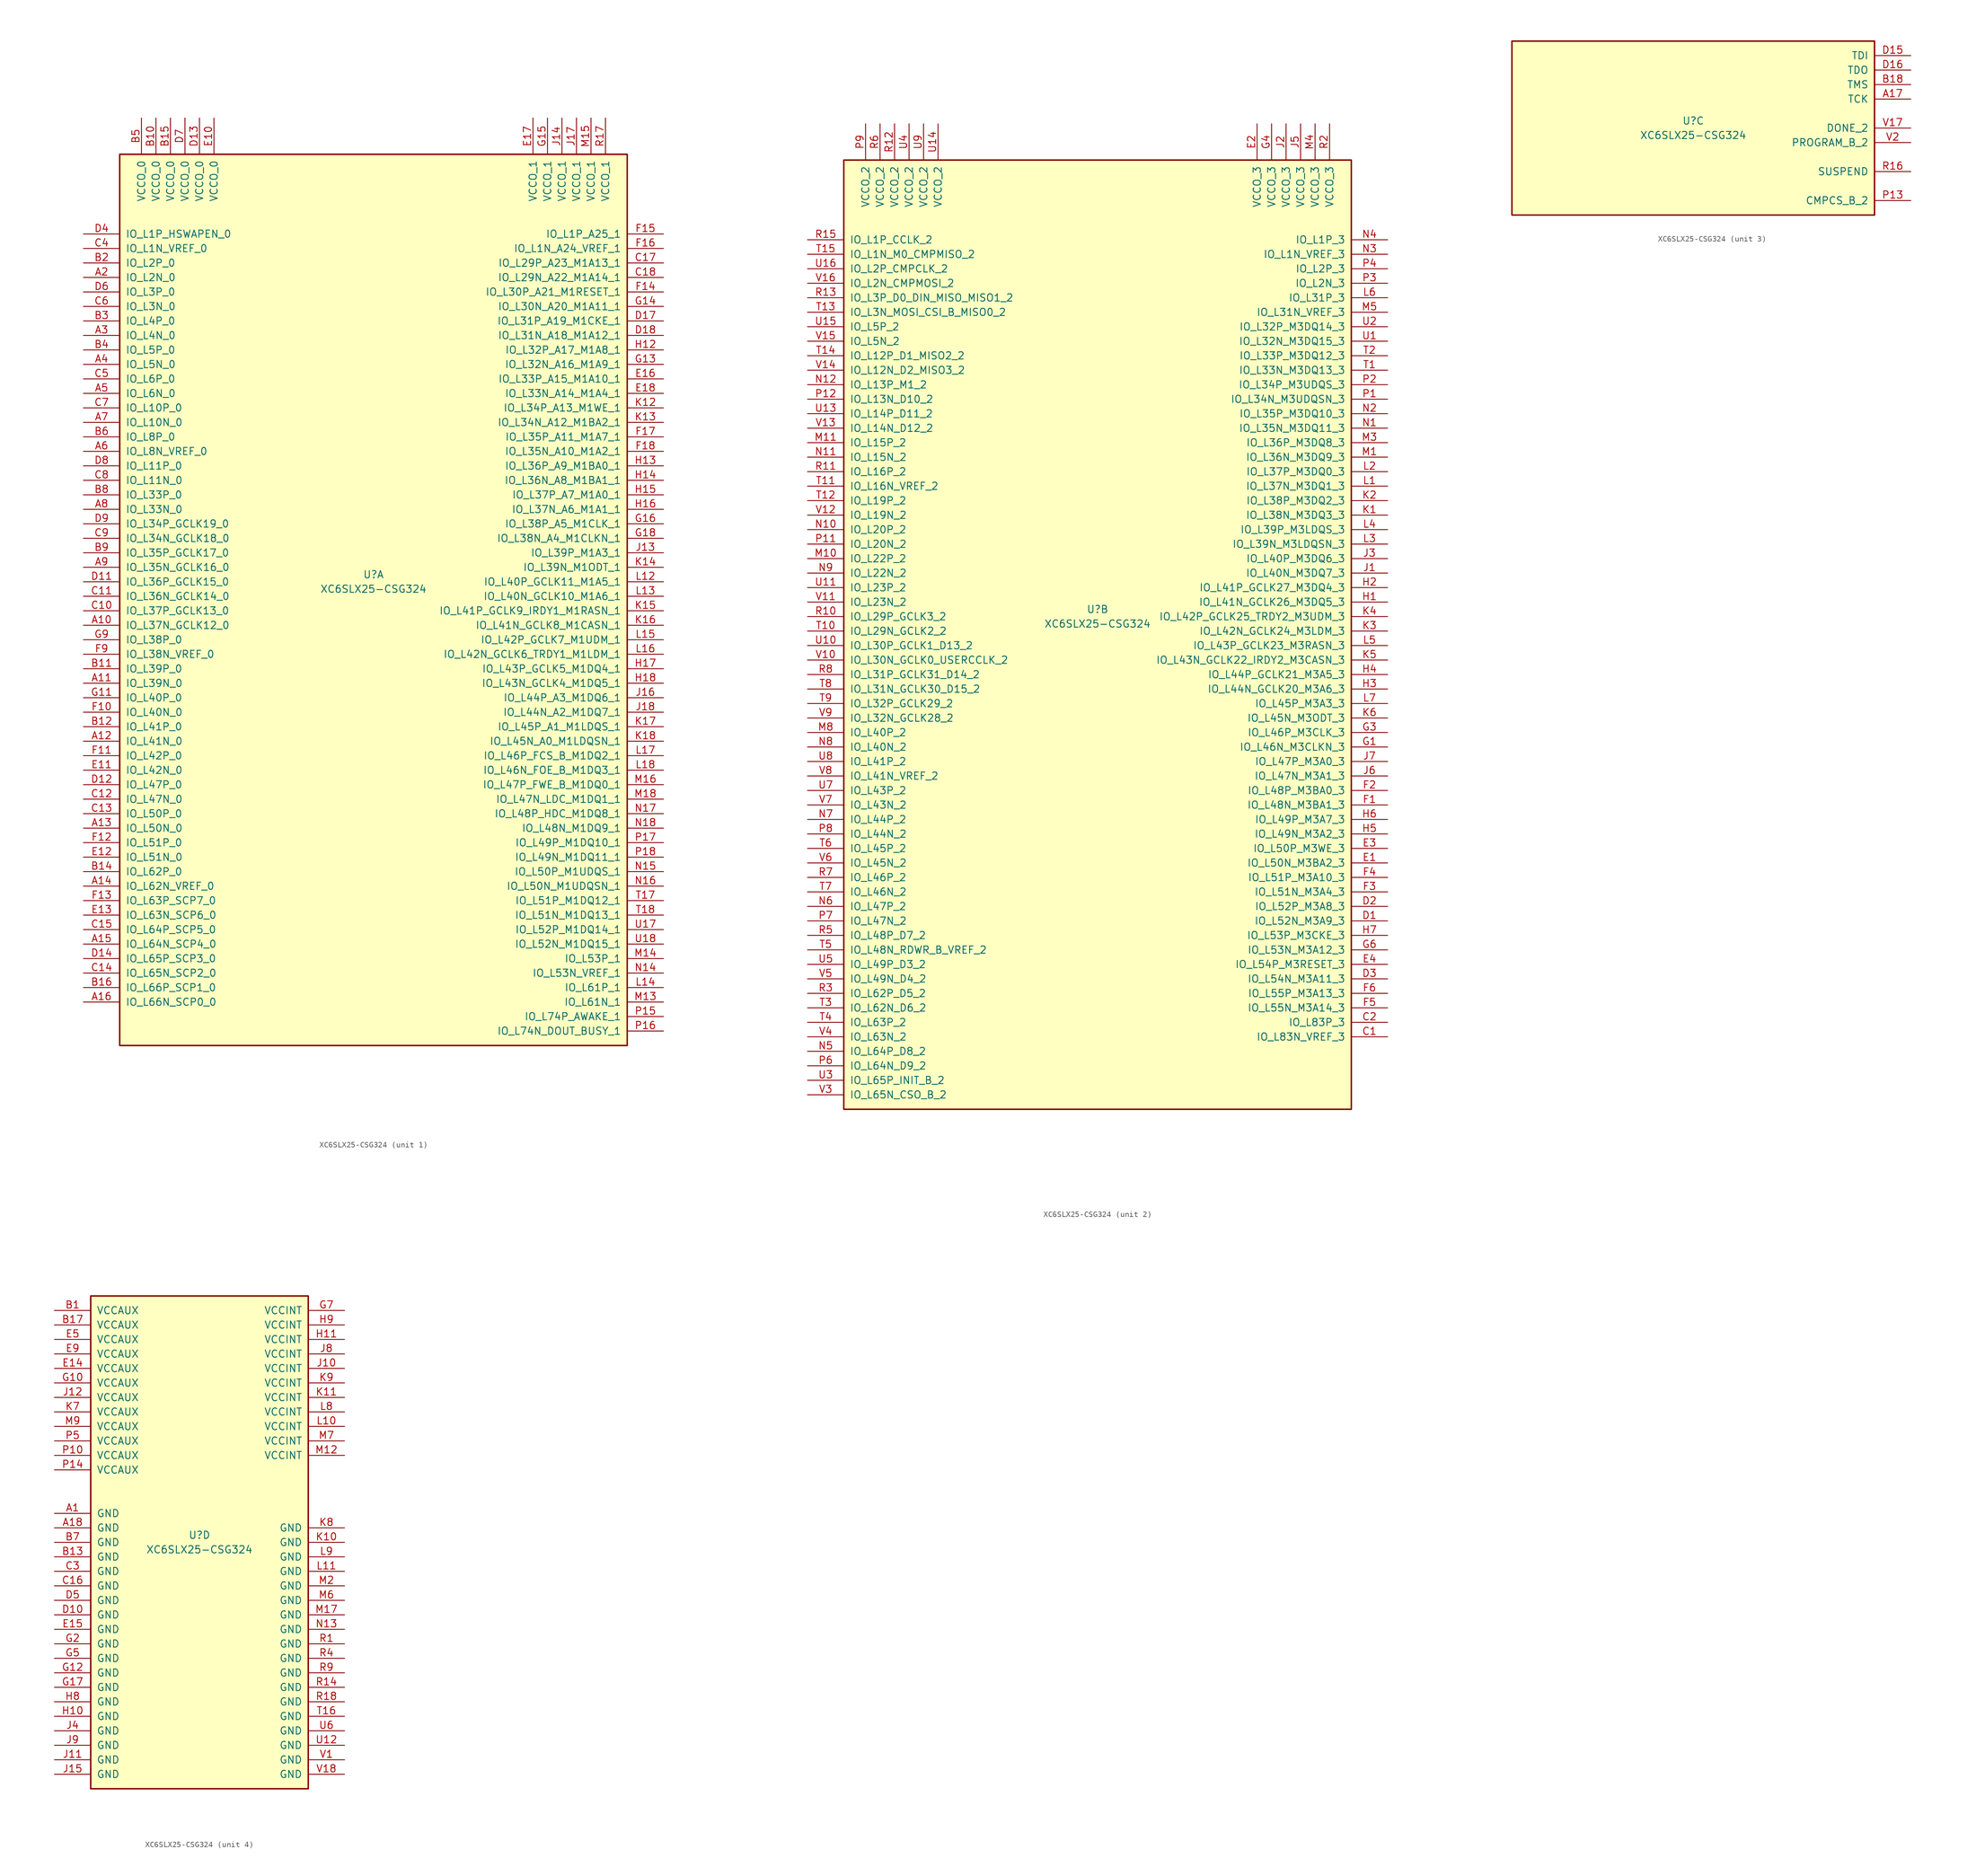
<source format=kicad_sym>
(kicad_symbol_lib
  (version 20201005)
  (generator kicad_symbol_editor)
  (symbol "XC6SLX25-CSG324"
    (pin_names
      (offset 1.016))
    (property "Reference" "U"
      (at 0 1.27 0)
      (effects (font (size 1.27 1.27))))
    (property "Value" "XC6SLX25-CSG324"
      (at 0 -1.27 0)
      (effects (font (size 1.27 1.27))))
    (property "Datasheet" ""
      (at 0 0 0)
      (effects (font (size 1.27 1.27))))
    (property "ki_locked" ""
      (at 0 0 0)
      (effects (font (size 1.27 1.27))))
    (symbol "XC6SLX25-CSG324_1_1"
      (rectangle (start -44.45 74.93) (end 44.45 -81.28) (stroke (width 0.254)) (fill (type background)))
      (pin bidirectional line (at -50.8 -7.62 0) (length 6.35) (name "IO_L37N_GCLK12_0" (effects (font (size 1.27 1.27)))) (number "A10" (effects (font (size 1.27 1.27)))))
      (pin bidirectional line (at -50.8 -17.78 0) (length 6.35) (name "IO_L39N_0" (effects (font (size 1.27 1.27)))) (number "A11" (effects (font (size 1.27 1.27)))))
      (pin bidirectional line (at -50.8 -27.94 0) (length 6.35) (name "IO_L41N_0" (effects (font (size 1.27 1.27)))) (number "A12" (effects (font (size 1.27 1.27)))))
      (pin bidirectional line (at -50.8 -43.18 0) (length 6.35) (name "IO_L50N_0" (effects (font (size 1.27 1.27)))) (number "A13" (effects (font (size 1.27 1.27)))))
      (pin bidirectional line (at -50.8 -53.34 0) (length 6.35) (name "IO_L62N_VREF_0" (effects (font (size 1.27 1.27)))) (number "A14" (effects (font (size 1.27 1.27)))))
      (pin bidirectional line (at -50.8 -63.5 0) (length 6.35) (name "IO_L64N_SCP4_0" (effects (font (size 1.27 1.27)))) (number "A15" (effects (font (size 1.27 1.27)))))
      (pin bidirectional line (at -50.8 -73.66 0) (length 6.35) (name "IO_L66N_SCP0_0" (effects (font (size 1.27 1.27)))) (number "A16" (effects (font (size 1.27 1.27)))))
      (pin bidirectional line (at -50.8 53.34 0) (length 6.35) (name "IO_L2N_0" (effects (font (size 1.27 1.27)))) (number "A2" (effects (font (size 1.27 1.27)))))
      (pin bidirectional line (at -50.8 43.18 0) (length 6.35) (name "IO_L4N_0" (effects (font (size 1.27 1.27)))) (number "A3" (effects (font (size 1.27 1.27)))))
      (pin bidirectional line (at -50.8 38.1 0) (length 6.35) (name "IO_L5N_0" (effects (font (size 1.27 1.27)))) (number "A4" (effects (font (size 1.27 1.27)))))
      (pin bidirectional line (at -50.8 33.02 0) (length 6.35) (name "IO_L6N_0" (effects (font (size 1.27 1.27)))) (number "A5" (effects (font (size 1.27 1.27)))))
      (pin bidirectional line (at -50.8 22.86 0) (length 6.35) (name "IO_L8N_VREF_0" (effects (font (size 1.27 1.27)))) (number "A6" (effects (font (size 1.27 1.27)))))
      (pin bidirectional line (at -50.8 27.94 0) (length 6.35) (name "IO_L10N_0" (effects (font (size 1.27 1.27)))) (number "A7" (effects (font (size 1.27 1.27)))))
      (pin bidirectional line (at -50.8 12.7 0) (length 6.35) (name "IO_L33N_0" (effects (font (size 1.27 1.27)))) (number "A8" (effects (font (size 1.27 1.27)))))
      (pin bidirectional line (at -50.8 2.54 0) (length 6.35) (name "IO_L35N_GCLK16_0" (effects (font (size 1.27 1.27)))) (number "A9" (effects (font (size 1.27 1.27)))))
      (pin power_in line (at -38.1 81.28 270) (length 6.35) (name "VCCO_0" (effects (font (size 1.27 1.27)))) (number "B10" (effects (font (size 1.27 1.27)))))
      (pin bidirectional line (at -50.8 -15.24 0) (length 6.35) (name "IO_L39P_0" (effects (font (size 1.27 1.27)))) (number "B11" (effects (font (size 1.27 1.27)))))
      (pin bidirectional line (at -50.8 -25.4 0) (length 6.35) (name "IO_L41P_0" (effects (font (size 1.27 1.27)))) (number "B12" (effects (font (size 1.27 1.27)))))
      (pin bidirectional line (at -50.8 -50.8 0) (length 6.35) (name "IO_L62P_0" (effects (font (size 1.27 1.27)))) (number "B14" (effects (font (size 1.27 1.27)))))
      (pin power_in line (at -35.56 81.28 270) (length 6.35) (name "VCCO_0" (effects (font (size 1.27 1.27)))) (number "B15" (effects (font (size 1.27 1.27)))))
      (pin bidirectional line (at -50.8 -71.12 0) (length 6.35) (name "IO_L66P_SCP1_0" (effects (font (size 1.27 1.27)))) (number "B16" (effects (font (size 1.27 1.27)))))
      (pin bidirectional line (at -50.8 55.88 0) (length 6.35) (name "IO_L2P_0" (effects (font (size 1.27 1.27)))) (number "B2" (effects (font (size 1.27 1.27)))))
      (pin bidirectional line (at -50.8 45.72 0) (length 6.35) (name "IO_L4P_0" (effects (font (size 1.27 1.27)))) (number "B3" (effects (font (size 1.27 1.27)))))
      (pin bidirectional line (at -50.8 40.64 0) (length 6.35) (name "IO_L5P_0" (effects (font (size 1.27 1.27)))) (number "B4" (effects (font (size 1.27 1.27)))))
      (pin power_in line (at -40.64 81.28 270) (length 6.35) (name "VCCO_0" (effects (font (size 1.27 1.27)))) (number "B5" (effects (font (size 1.27 1.27)))))
      (pin bidirectional line (at -50.8 25.4 0) (length 6.35) (name "IO_L8P_0" (effects (font (size 1.27 1.27)))) (number "B6" (effects (font (size 1.27 1.27)))))
      (pin bidirectional line (at -50.8 15.24 0) (length 6.35) (name "IO_L33P_0" (effects (font (size 1.27 1.27)))) (number "B8" (effects (font (size 1.27 1.27)))))
      (pin bidirectional line (at -50.8 5.08 0) (length 6.35) (name "IO_L35P_GCLK17_0" (effects (font (size 1.27 1.27)))) (number "B9" (effects (font (size 1.27 1.27)))))
      (pin bidirectional line (at -50.8 -5.08 0) (length 6.35) (name "IO_L37P_GCLK13_0" (effects (font (size 1.27 1.27)))) (number "C10" (effects (font (size 1.27 1.27)))))
      (pin bidirectional line (at -50.8 -2.54 0) (length 6.35) (name "IO_L36N_GCLK14_0" (effects (font (size 1.27 1.27)))) (number "C11" (effects (font (size 1.27 1.27)))))
      (pin bidirectional line (at -50.8 -38.1 0) (length 6.35) (name "IO_L47N_0" (effects (font (size 1.27 1.27)))) (number "C12" (effects (font (size 1.27 1.27)))))
      (pin bidirectional line (at -50.8 -40.64 0) (length 6.35) (name "IO_L50P_0" (effects (font (size 1.27 1.27)))) (number "C13" (effects (font (size 1.27 1.27)))))
      (pin bidirectional line (at -50.8 -68.58 0) (length 6.35) (name "IO_L65N_SCP2_0" (effects (font (size 1.27 1.27)))) (number "C14" (effects (font (size 1.27 1.27)))))
      (pin bidirectional line (at -50.8 -60.96 0) (length 6.35) (name "IO_L64P_SCP5_0" (effects (font (size 1.27 1.27)))) (number "C15" (effects (font (size 1.27 1.27)))))
      (pin bidirectional line (at 50.8 55.88 180) (length 6.35) (name "IO_L29P_A23_M1A13_1" (effects (font (size 1.27 1.27)))) (number "C17" (effects (font (size 1.27 1.27)))))
      (pin bidirectional line (at 50.8 53.34 180) (length 6.35) (name "IO_L29N_A22_M1A14_1" (effects (font (size 1.27 1.27)))) (number "C18" (effects (font (size 1.27 1.27)))))
      (pin bidirectional line (at -50.8 58.42 0) (length 6.35) (name "IO_L1N_VREF_0" (effects (font (size 1.27 1.27)))) (number "C4" (effects (font (size 1.27 1.27)))))
      (pin bidirectional line (at -50.8 35.56 0) (length 6.35) (name "IO_L6P_0" (effects (font (size 1.27 1.27)))) (number "C5" (effects (font (size 1.27 1.27)))))
      (pin bidirectional line (at -50.8 48.26 0) (length 6.35) (name "IO_L3N_0" (effects (font (size 1.27 1.27)))) (number "C6" (effects (font (size 1.27 1.27)))))
      (pin bidirectional line (at -50.8 30.48 0) (length 6.35) (name "IO_L10P_0" (effects (font (size 1.27 1.27)))) (number "C7" (effects (font (size 1.27 1.27)))))
      (pin bidirectional line (at -50.8 17.78 0) (length 6.35) (name "IO_L11N_0" (effects (font (size 1.27 1.27)))) (number "C8" (effects (font (size 1.27 1.27)))))
      (pin bidirectional line (at -50.8 7.62 0) (length 6.35) (name "IO_L34N_GCLK18_0" (effects (font (size 1.27 1.27)))) (number "C9" (effects (font (size 1.27 1.27)))))
      (pin bidirectional line (at -50.8 0 0) (length 6.35) (name "IO_L36P_GCLK15_0" (effects (font (size 1.27 1.27)))) (number "D11" (effects (font (size 1.27 1.27)))))
      (pin bidirectional line (at -50.8 -35.56 0) (length 6.35) (name "IO_L47P_0" (effects (font (size 1.27 1.27)))) (number "D12" (effects (font (size 1.27 1.27)))))
      (pin power_in line (at -30.48 81.28 270) (length 6.35) (name "VCCO_0" (effects (font (size 1.27 1.27)))) (number "D13" (effects (font (size 1.27 1.27)))))
      (pin bidirectional line (at -50.8 -66.04 0) (length 6.35) (name "IO_L65P_SCP3_0" (effects (font (size 1.27 1.27)))) (number "D14" (effects (font (size 1.27 1.27)))))
      (pin bidirectional line (at 50.8 45.72 180) (length 6.35) (name "IO_L31P_A19_M1CKE_1" (effects (font (size 1.27 1.27)))) (number "D17" (effects (font (size 1.27 1.27)))))
      (pin bidirectional line (at 50.8 43.18 180) (length 6.35) (name "IO_L31N_A18_M1A12_1" (effects (font (size 1.27 1.27)))) (number "D18" (effects (font (size 1.27 1.27)))))
      (pin bidirectional line (at -50.8 60.96 0) (length 6.35) (name "IO_L1P_HSWAPEN_0" (effects (font (size 1.27 1.27)))) (number "D4" (effects (font (size 1.27 1.27)))))
      (pin bidirectional line (at -50.8 50.8 0) (length 6.35) (name "IO_L3P_0" (effects (font (size 1.27 1.27)))) (number "D6" (effects (font (size 1.27 1.27)))))
      (pin power_in line (at -33.02 81.28 270) (length 6.35) (name "VCCO_0" (effects (font (size 1.27 1.27)))) (number "D7" (effects (font (size 1.27 1.27)))))
      (pin bidirectional line (at -50.8 20.32 0) (length 6.35) (name "IO_L11P_0" (effects (font (size 1.27 1.27)))) (number "D8" (effects (font (size 1.27 1.27)))))
      (pin bidirectional line (at -50.8 10.16 0) (length 6.35) (name "IO_L34P_GCLK19_0" (effects (font (size 1.27 1.27)))) (number "D9" (effects (font (size 1.27 1.27)))))
      (pin power_in line (at -27.94 81.28 270) (length 6.35) (name "VCCO_0" (effects (font (size 1.27 1.27)))) (number "E10" (effects (font (size 1.27 1.27)))))
      (pin bidirectional line (at -50.8 -33.02 0) (length 6.35) (name "IO_L42N_0" (effects (font (size 1.27 1.27)))) (number "E11" (effects (font (size 1.27 1.27)))))
      (pin bidirectional line (at -50.8 -48.26 0) (length 6.35) (name "IO_L51N_0" (effects (font (size 1.27 1.27)))) (number "E12" (effects (font (size 1.27 1.27)))))
      (pin bidirectional line (at -50.8 -58.42 0) (length 6.35) (name "IO_L63N_SCP6_0" (effects (font (size 1.27 1.27)))) (number "E13" (effects (font (size 1.27 1.27)))))
      (pin bidirectional line (at 50.8 35.56 180) (length 6.35) (name "IO_L33P_A15_M1A10_1" (effects (font (size 1.27 1.27)))) (number "E16" (effects (font (size 1.27 1.27)))))
      (pin power_in line (at 27.94 81.28 270) (length 6.35) (name "VCCO_1" (effects (font (size 1.27 1.27)))) (number "E17" (effects (font (size 1.27 1.27)))))
      (pin bidirectional line (at 50.8 33.02 180) (length 6.35) (name "IO_L33N_A14_M1A4_1" (effects (font (size 1.27 1.27)))) (number "E18" (effects (font (size 1.27 1.27)))))
      (pin bidirectional line (at -50.8 -22.86 0) (length 6.35) (name "IO_L40N_0" (effects (font (size 1.27 1.27)))) (number "F10" (effects (font (size 1.27 1.27)))))
      (pin bidirectional line (at -50.8 -30.48 0) (length 6.35) (name "IO_L42P_0" (effects (font (size 1.27 1.27)))) (number "F11" (effects (font (size 1.27 1.27)))))
      (pin bidirectional line (at -50.8 -45.72 0) (length 6.35) (name "IO_L51P_0" (effects (font (size 1.27 1.27)))) (number "F12" (effects (font (size 1.27 1.27)))))
      (pin bidirectional line (at -50.8 -55.88 0) (length 6.35) (name "IO_L63P_SCP7_0" (effects (font (size 1.27 1.27)))) (number "F13" (effects (font (size 1.27 1.27)))))
      (pin bidirectional line (at 50.8 50.8 180) (length 6.35) (name "IO_L30P_A21_M1RESET_1" (effects (font (size 1.27 1.27)))) (number "F14" (effects (font (size 1.27 1.27)))))
      (pin bidirectional line (at 50.8 60.96 180) (length 6.35) (name "IO_L1P_A25_1" (effects (font (size 1.27 1.27)))) (number "F15" (effects (font (size 1.27 1.27)))))
      (pin bidirectional line (at 50.8 58.42 180) (length 6.35) (name "IO_L1N_A24_VREF_1" (effects (font (size 1.27 1.27)))) (number "F16" (effects (font (size 1.27 1.27)))))
      (pin bidirectional line (at 50.8 25.4 180) (length 6.35) (name "IO_L35P_A11_M1A7_1" (effects (font (size 1.27 1.27)))) (number "F17" (effects (font (size 1.27 1.27)))))
      (pin bidirectional line (at 50.8 22.86 180) (length 6.35) (name "IO_L35N_A10_M1A2_1" (effects (font (size 1.27 1.27)))) (number "F18" (effects (font (size 1.27 1.27)))))
      (pin bidirectional line (at -50.8 -12.7 0) (length 6.35) (name "IO_L38N_VREF_0" (effects (font (size 1.27 1.27)))) (number "F9" (effects (font (size 1.27 1.27)))))
      (pin bidirectional line (at -50.8 -20.32 0) (length 6.35) (name "IO_L40P_0" (effects (font (size 1.27 1.27)))) (number "G11" (effects (font (size 1.27 1.27)))))
      (pin bidirectional line (at 50.8 38.1 180) (length 6.35) (name "IO_L32N_A16_M1A9_1" (effects (font (size 1.27 1.27)))) (number "G13" (effects (font (size 1.27 1.27)))))
      (pin bidirectional line (at 50.8 48.26 180) (length 6.35) (name "IO_L30N_A20_M1A11_1" (effects (font (size 1.27 1.27)))) (number "G14" (effects (font (size 1.27 1.27)))))
      (pin power_in line (at 30.48 81.28 270) (length 6.35) (name "VCCO_1" (effects (font (size 1.27 1.27)))) (number "G15" (effects (font (size 1.27 1.27)))))
      (pin bidirectional line (at 50.8 10.16 180) (length 6.35) (name "IO_L38P_A5_M1CLK_1" (effects (font (size 1.27 1.27)))) (number "G16" (effects (font (size 1.27 1.27)))))
      (pin bidirectional line (at 50.8 7.62 180) (length 6.35) (name "IO_L38N_A4_M1CLKN_1" (effects (font (size 1.27 1.27)))) (number "G18" (effects (font (size 1.27 1.27)))))
      (pin bidirectional line (at -50.8 -10.16 0) (length 6.35) (name "IO_L38P_0" (effects (font (size 1.27 1.27)))) (number "G9" (effects (font (size 1.27 1.27)))))
      (pin bidirectional line (at 50.8 40.64 180) (length 6.35) (name "IO_L32P_A17_M1A8_1" (effects (font (size 1.27 1.27)))) (number "H12" (effects (font (size 1.27 1.27)))))
      (pin bidirectional line (at 50.8 20.32 180) (length 6.35) (name "IO_L36P_A9_M1BA0_1" (effects (font (size 1.27 1.27)))) (number "H13" (effects (font (size 1.27 1.27)))))
      (pin bidirectional line (at 50.8 17.78 180) (length 6.35) (name "IO_L36N_A8_M1BA1_1" (effects (font (size 1.27 1.27)))) (number "H14" (effects (font (size 1.27 1.27)))))
      (pin bidirectional line (at 50.8 15.24 180) (length 6.35) (name "IO_L37P_A7_M1A0_1" (effects (font (size 1.27 1.27)))) (number "H15" (effects (font (size 1.27 1.27)))))
      (pin bidirectional line (at 50.8 12.7 180) (length 6.35) (name "IO_L37N_A6_M1A1_1" (effects (font (size 1.27 1.27)))) (number "H16" (effects (font (size 1.27 1.27)))))
      (pin bidirectional line (at 50.8 -15.24 180) (length 6.35) (name "IO_L43P_GCLK5_M1DQ4_1" (effects (font (size 1.27 1.27)))) (number "H17" (effects (font (size 1.27 1.27)))))
      (pin bidirectional line (at 50.8 -17.78 180) (length 6.35) (name "IO_L43N_GCLK4_M1DQ5_1" (effects (font (size 1.27 1.27)))) (number "H18" (effects (font (size 1.27 1.27)))))
      (pin bidirectional line (at 50.8 5.08 180) (length 6.35) (name "IO_L39P_M1A3_1" (effects (font (size 1.27 1.27)))) (number "J13" (effects (font (size 1.27 1.27)))))
      (pin power_in line (at 33.02 81.28 270) (length 6.35) (name "VCCO_1" (effects (font (size 1.27 1.27)))) (number "J14" (effects (font (size 1.27 1.27)))))
      (pin bidirectional line (at 50.8 -20.32 180) (length 6.35) (name "IO_L44P_A3_M1DQ6_1" (effects (font (size 1.27 1.27)))) (number "J16" (effects (font (size 1.27 1.27)))))
      (pin power_in line (at 35.56 81.28 270) (length 6.35) (name "VCCO_1" (effects (font (size 1.27 1.27)))) (number "J17" (effects (font (size 1.27 1.27)))))
      (pin bidirectional line (at 50.8 -22.86 180) (length 6.35) (name "IO_L44N_A2_M1DQ7_1" (effects (font (size 1.27 1.27)))) (number "J18" (effects (font (size 1.27 1.27)))))
      (pin bidirectional line (at 50.8 30.48 180) (length 6.35) (name "IO_L34P_A13_M1WE_1" (effects (font (size 1.27 1.27)))) (number "K12" (effects (font (size 1.27 1.27)))))
      (pin bidirectional line (at 50.8 27.94 180) (length 6.35) (name "IO_L34N_A12_M1BA2_1" (effects (font (size 1.27 1.27)))) (number "K13" (effects (font (size 1.27 1.27)))))
      (pin bidirectional line (at 50.8 2.54 180) (length 6.35) (name "IO_L39N_M1ODT_1" (effects (font (size 1.27 1.27)))) (number "K14" (effects (font (size 1.27 1.27)))))
      (pin bidirectional line (at 50.8 -5.08 180) (length 6.35) (name "IO_L41P_GCLK9_IRDY1_M1RASN_1" (effects (font (size 1.27 1.27)))) (number "K15" (effects (font (size 1.27 1.27)))))
      (pin bidirectional line (at 50.8 -7.62 180) (length 6.35) (name "IO_L41N_GCLK8_M1CASN_1" (effects (font (size 1.27 1.27)))) (number "K16" (effects (font (size 1.27 1.27)))))
      (pin bidirectional line (at 50.8 -25.4 180) (length 6.35) (name "IO_L45P_A1_M1LDQS_1" (effects (font (size 1.27 1.27)))) (number "K17" (effects (font (size 1.27 1.27)))))
      (pin bidirectional line (at 50.8 -27.94 180) (length 6.35) (name "IO_L45N_A0_M1LDQSN_1" (effects (font (size 1.27 1.27)))) (number "K18" (effects (font (size 1.27 1.27)))))
      (pin bidirectional line (at 50.8 0 180) (length 6.35) (name "IO_L40P_GCLK11_M1A5_1" (effects (font (size 1.27 1.27)))) (number "L12" (effects (font (size 1.27 1.27)))))
      (pin bidirectional line (at 50.8 -2.54 180) (length 6.35) (name "IO_L40N_GCLK10_M1A6_1" (effects (font (size 1.27 1.27)))) (number "L13" (effects (font (size 1.27 1.27)))))
      (pin bidirectional line (at 50.8 -71.12 180) (length 6.35) (name "IO_L61P_1" (effects (font (size 1.27 1.27)))) (number "L14" (effects (font (size 1.27 1.27)))))
      (pin bidirectional line (at 50.8 -10.16 180) (length 6.35) (name "IO_L42P_GCLK7_M1UDM_1" (effects (font (size 1.27 1.27)))) (number "L15" (effects (font (size 1.27 1.27)))))
      (pin bidirectional line (at 50.8 -12.7 180) (length 6.35) (name "IO_L42N_GCLK6_TRDY1_M1LDM_1" (effects (font (size 1.27 1.27)))) (number "L16" (effects (font (size 1.27 1.27)))))
      (pin bidirectional line (at 50.8 -30.48 180) (length 6.35) (name "IO_L46P_FCS_B_M1DQ2_1" (effects (font (size 1.27 1.27)))) (number "L17" (effects (font (size 1.27 1.27)))))
      (pin bidirectional line (at 50.8 -33.02 180) (length 6.35) (name "IO_L46N_FOE_B_M1DQ3_1" (effects (font (size 1.27 1.27)))) (number "L18" (effects (font (size 1.27 1.27)))))
      (pin bidirectional line (at 50.8 -73.66 180) (length 6.35) (name "IO_L61N_1" (effects (font (size 1.27 1.27)))) (number "M13" (effects (font (size 1.27 1.27)))))
      (pin bidirectional line (at 50.8 -66.04 180) (length 6.35) (name "IO_L53P_1" (effects (font (size 1.27 1.27)))) (number "M14" (effects (font (size 1.27 1.27)))))
      (pin power_in line (at 38.1 81.28 270) (length 6.35) (name "VCCO_1" (effects (font (size 1.27 1.27)))) (number "M15" (effects (font (size 1.27 1.27)))))
      (pin bidirectional line (at 50.8 -35.56 180) (length 6.35) (name "IO_L47P_FWE_B_M1DQ0_1" (effects (font (size 1.27 1.27)))) (number "M16" (effects (font (size 1.27 1.27)))))
      (pin bidirectional line (at 50.8 -38.1 180) (length 6.35) (name "IO_L47N_LDC_M1DQ1_1" (effects (font (size 1.27 1.27)))) (number "M18" (effects (font (size 1.27 1.27)))))
      (pin bidirectional line (at 50.8 -68.58 180) (length 6.35) (name "IO_L53N_VREF_1" (effects (font (size 1.27 1.27)))) (number "N14" (effects (font (size 1.27 1.27)))))
      (pin bidirectional line (at 50.8 -50.8 180) (length 6.35) (name "IO_L50P_M1UDQS_1" (effects (font (size 1.27 1.27)))) (number "N15" (effects (font (size 1.27 1.27)))))
      (pin bidirectional line (at 50.8 -53.34 180) (length 6.35) (name "IO_L50N_M1UDQSN_1" (effects (font (size 1.27 1.27)))) (number "N16" (effects (font (size 1.27 1.27)))))
      (pin bidirectional line (at 50.8 -40.64 180) (length 6.35) (name "IO_L48P_HDC_M1DQ8_1" (effects (font (size 1.27 1.27)))) (number "N17" (effects (font (size 1.27 1.27)))))
      (pin bidirectional line (at 50.8 -43.18 180) (length 6.35) (name "IO_L48N_M1DQ9_1" (effects (font (size 1.27 1.27)))) (number "N18" (effects (font (size 1.27 1.27)))))
      (pin bidirectional line (at 50.8 -76.2 180) (length 6.35) (name "IO_L74P_AWAKE_1" (effects (font (size 1.27 1.27)))) (number "P15" (effects (font (size 1.27 1.27)))))
      (pin bidirectional line (at 50.8 -78.74 180) (length 6.35) (name "IO_L74N_DOUT_BUSY_1" (effects (font (size 1.27 1.27)))) (number "P16" (effects (font (size 1.27 1.27)))))
      (pin bidirectional line (at 50.8 -45.72 180) (length 6.35) (name "IO_L49P_M1DQ10_1" (effects (font (size 1.27 1.27)))) (number "P17" (effects (font (size 1.27 1.27)))))
      (pin bidirectional line (at 50.8 -48.26 180) (length 6.35) (name "IO_L49N_M1DQ11_1" (effects (font (size 1.27 1.27)))) (number "P18" (effects (font (size 1.27 1.27)))))
      (pin power_in line (at 40.64 81.28 270) (length 6.35) (name "VCCO_1" (effects (font (size 1.27 1.27)))) (number "R17" (effects (font (size 1.27 1.27)))))
      (pin bidirectional line (at 50.8 -55.88 180) (length 6.35) (name "IO_L51P_M1DQ12_1" (effects (font (size 1.27 1.27)))) (number "T17" (effects (font (size 1.27 1.27)))))
      (pin bidirectional line (at 50.8 -58.42 180) (length 6.35) (name "IO_L51N_M1DQ13_1" (effects (font (size 1.27 1.27)))) (number "T18" (effects (font (size 1.27 1.27)))))
      (pin bidirectional line (at 50.8 -60.96 180) (length 6.35) (name "IO_L52P_M1DQ14_1" (effects (font (size 1.27 1.27)))) (number "U17" (effects (font (size 1.27 1.27)))))
      (pin bidirectional line (at 50.8 -63.5 180) (length 6.35) (name "IO_L52N_M1DQ15_1" (effects (font (size 1.27 1.27)))) (number "U18" (effects (font (size 1.27 1.27))))))
    (symbol "XC6SLX25-CSG324_2_1"
      (rectangle (start -44.45 80.01) (end 44.45 -86.36) (stroke (width 0.254)) (fill (type background)))
      (pin bidirectional line (at 50.8 -73.66 180) (length 6.35) (name "IO_L83N_VREF_3" (effects (font (size 1.27 1.27)))) (number "C1" (effects (font (size 1.27 1.27)))))
      (pin bidirectional line (at 50.8 -71.12 180) (length 6.35) (name "IO_L83P_3" (effects (font (size 1.27 1.27)))) (number "C2" (effects (font (size 1.27 1.27)))))
      (pin bidirectional line (at 50.8 -53.34 180) (length 6.35) (name "IO_L52N_M3A9_3" (effects (font (size 1.27 1.27)))) (number "D1" (effects (font (size 1.27 1.27)))))
      (pin bidirectional line (at 50.8 -50.8 180) (length 6.35) (name "IO_L52P_M3A8_3" (effects (font (size 1.27 1.27)))) (number "D2" (effects (font (size 1.27 1.27)))))
      (pin bidirectional line (at 50.8 -63.5 180) (length 6.35) (name "IO_L54N_M3A11_3" (effects (font (size 1.27 1.27)))) (number "D3" (effects (font (size 1.27 1.27)))))
      (pin bidirectional line (at 50.8 -43.18 180) (length 6.35) (name "IO_L50N_M3BA2_3" (effects (font (size 1.27 1.27)))) (number "E1" (effects (font (size 1.27 1.27)))))
      (pin power_in line (at 27.94 86.36 270) (length 6.35) (name "VCCO_3" (effects (font (size 1.27 1.27)))) (number "E2" (effects (font (size 1.27 1.27)))))
      (pin bidirectional line (at 50.8 -40.64 180) (length 6.35) (name "IO_L50P_M3WE_3" (effects (font (size 1.27 1.27)))) (number "E3" (effects (font (size 1.27 1.27)))))
      (pin bidirectional line (at 50.8 -60.96 180) (length 6.35) (name "IO_L54P_M3RESET_3" (effects (font (size 1.27 1.27)))) (number "E4" (effects (font (size 1.27 1.27)))))
      (pin bidirectional line (at 50.8 -33.02 180) (length 6.35) (name "IO_L48N_M3BA1_3" (effects (font (size 1.27 1.27)))) (number "F1" (effects (font (size 1.27 1.27)))))
      (pin bidirectional line (at 50.8 -30.48 180) (length 6.35) (name "IO_L48P_M3BA0_3" (effects (font (size 1.27 1.27)))) (number "F2" (effects (font (size 1.27 1.27)))))
      (pin bidirectional line (at 50.8 -48.26 180) (length 6.35) (name "IO_L51N_M3A4_3" (effects (font (size 1.27 1.27)))) (number "F3" (effects (font (size 1.27 1.27)))))
      (pin bidirectional line (at 50.8 -45.72 180) (length 6.35) (name "IO_L51P_M3A10_3" (effects (font (size 1.27 1.27)))) (number "F4" (effects (font (size 1.27 1.27)))))
      (pin bidirectional line (at 50.8 -68.58 180) (length 6.35) (name "IO_L55N_M3A14_3" (effects (font (size 1.27 1.27)))) (number "F5" (effects (font (size 1.27 1.27)))))
      (pin bidirectional line (at 50.8 -66.04 180) (length 6.35) (name "IO_L55P_M3A13_3" (effects (font (size 1.27 1.27)))) (number "F6" (effects (font (size 1.27 1.27)))))
      (pin bidirectional line (at 50.8 -22.86 180) (length 6.35) (name "IO_L46N_M3CLKN_3" (effects (font (size 1.27 1.27)))) (number "G1" (effects (font (size 1.27 1.27)))))
      (pin bidirectional line (at 50.8 -20.32 180) (length 6.35) (name "IO_L46P_M3CLK_3" (effects (font (size 1.27 1.27)))) (number "G3" (effects (font (size 1.27 1.27)))))
      (pin power_in line (at 30.48 86.36 270) (length 6.35) (name "VCCO_3" (effects (font (size 1.27 1.27)))) (number "G4" (effects (font (size 1.27 1.27)))))
      (pin bidirectional line (at 50.8 -58.42 180) (length 6.35) (name "IO_L53N_M3A12_3" (effects (font (size 1.27 1.27)))) (number "G6" (effects (font (size 1.27 1.27)))))
      (pin bidirectional line (at 50.8 2.54 180) (length 6.35) (name "IO_L41N_GCLK26_M3DQ5_3" (effects (font (size 1.27 1.27)))) (number "H1" (effects (font (size 1.27 1.27)))))
      (pin bidirectional line (at 50.8 5.08 180) (length 6.35) (name "IO_L41P_GCLK27_M3DQ4_3" (effects (font (size 1.27 1.27)))) (number "H2" (effects (font (size 1.27 1.27)))))
      (pin bidirectional line (at 50.8 -12.7 180) (length 6.35) (name "IO_L44N_GCLK20_M3A6_3" (effects (font (size 1.27 1.27)))) (number "H3" (effects (font (size 1.27 1.27)))))
      (pin bidirectional line (at 50.8 -10.16 180) (length 6.35) (name "IO_L44P_GCLK21_M3A5_3" (effects (font (size 1.27 1.27)))) (number "H4" (effects (font (size 1.27 1.27)))))
      (pin bidirectional line (at 50.8 -38.1 180) (length 6.35) (name "IO_L49N_M3A2_3" (effects (font (size 1.27 1.27)))) (number "H5" (effects (font (size 1.27 1.27)))))
      (pin bidirectional line (at 50.8 -35.56 180) (length 6.35) (name "IO_L49P_M3A7_3" (effects (font (size 1.27 1.27)))) (number "H6" (effects (font (size 1.27 1.27)))))
      (pin bidirectional line (at 50.8 -55.88 180) (length 6.35) (name "IO_L53P_M3CKE_3" (effects (font (size 1.27 1.27)))) (number "H7" (effects (font (size 1.27 1.27)))))
      (pin bidirectional line (at 50.8 7.62 180) (length 6.35) (name "IO_L40N_M3DQ7_3" (effects (font (size 1.27 1.27)))) (number "J1" (effects (font (size 1.27 1.27)))))
      (pin power_in line (at 33.02 86.36 270) (length 6.35) (name "VCCO_3" (effects (font (size 1.27 1.27)))) (number "J2" (effects (font (size 1.27 1.27)))))
      (pin bidirectional line (at 50.8 10.16 180) (length 6.35) (name "IO_L40P_M3DQ6_3" (effects (font (size 1.27 1.27)))) (number "J3" (effects (font (size 1.27 1.27)))))
      (pin power_in line (at 35.56 86.36 270) (length 6.35) (name "VCCO_3" (effects (font (size 1.27 1.27)))) (number "J5" (effects (font (size 1.27 1.27)))))
      (pin bidirectional line (at 50.8 -27.94 180) (length 6.35) (name "IO_L47N_M3A1_3" (effects (font (size 1.27 1.27)))) (number "J6" (effects (font (size 1.27 1.27)))))
      (pin bidirectional line (at 50.8 -25.4 180) (length 6.35) (name "IO_L47P_M3A0_3" (effects (font (size 1.27 1.27)))) (number "J7" (effects (font (size 1.27 1.27)))))
      (pin bidirectional line (at 50.8 17.78 180) (length 6.35) (name "IO_L38N_M3DQ3_3" (effects (font (size 1.27 1.27)))) (number "K1" (effects (font (size 1.27 1.27)))))
      (pin bidirectional line (at 50.8 20.32 180) (length 6.35) (name "IO_L38P_M3DQ2_3" (effects (font (size 1.27 1.27)))) (number "K2" (effects (font (size 1.27 1.27)))))
      (pin bidirectional line (at 50.8 -2.54 180) (length 6.35) (name "IO_L42N_GCLK24_M3LDM_3" (effects (font (size 1.27 1.27)))) (number "K3" (effects (font (size 1.27 1.27)))))
      (pin bidirectional line (at 50.8 0 180) (length 6.35) (name "IO_L42P_GCLK25_TRDY2_M3UDM_3" (effects (font (size 1.27 1.27)))) (number "K4" (effects (font (size 1.27 1.27)))))
      (pin bidirectional line (at 50.8 -7.62 180) (length 6.35) (name "IO_L43N_GCLK22_IRDY2_M3CASN_3" (effects (font (size 1.27 1.27)))) (number "K5" (effects (font (size 1.27 1.27)))))
      (pin bidirectional line (at 50.8 -17.78 180) (length 6.35) (name "IO_L45N_M3ODT_3" (effects (font (size 1.27 1.27)))) (number "K6" (effects (font (size 1.27 1.27)))))
      (pin bidirectional line (at 50.8 22.86 180) (length 6.35) (name "IO_L37N_M3DQ1_3" (effects (font (size 1.27 1.27)))) (number "L1" (effects (font (size 1.27 1.27)))))
      (pin bidirectional line (at 50.8 25.4 180) (length 6.35) (name "IO_L37P_M3DQ0_3" (effects (font (size 1.27 1.27)))) (number "L2" (effects (font (size 1.27 1.27)))))
      (pin bidirectional line (at 50.8 12.7 180) (length 6.35) (name "IO_L39N_M3LDQSN_3" (effects (font (size 1.27 1.27)))) (number "L3" (effects (font (size 1.27 1.27)))))
      (pin bidirectional line (at 50.8 15.24 180) (length 6.35) (name "IO_L39P_M3LDQS_3" (effects (font (size 1.27 1.27)))) (number "L4" (effects (font (size 1.27 1.27)))))
      (pin bidirectional line (at 50.8 -5.08 180) (length 6.35) (name "IO_L43P_GCLK23_M3RASN_3" (effects (font (size 1.27 1.27)))) (number "L5" (effects (font (size 1.27 1.27)))))
      (pin bidirectional line (at 50.8 55.88 180) (length 6.35) (name "IO_L31P_3" (effects (font (size 1.27 1.27)))) (number "L6" (effects (font (size 1.27 1.27)))))
      (pin bidirectional line (at 50.8 -15.24 180) (length 6.35) (name "IO_L45P_M3A3_3" (effects (font (size 1.27 1.27)))) (number "L7" (effects (font (size 1.27 1.27)))))
      (pin bidirectional line (at 50.8 27.94 180) (length 6.35) (name "IO_L36N_M3DQ9_3" (effects (font (size 1.27 1.27)))) (number "M1" (effects (font (size 1.27 1.27)))))
      (pin bidirectional line (at -50.8 10.16 0) (length 6.35) (name "IO_L22P_2" (effects (font (size 1.27 1.27)))) (number "M10" (effects (font (size 1.27 1.27)))))
      (pin bidirectional line (at -50.8 30.48 0) (length 6.35) (name "IO_L15P_2" (effects (font (size 1.27 1.27)))) (number "M11" (effects (font (size 1.27 1.27)))))
      (pin bidirectional line (at 50.8 30.48 180) (length 6.35) (name "IO_L36P_M3DQ8_3" (effects (font (size 1.27 1.27)))) (number "M3" (effects (font (size 1.27 1.27)))))
      (pin power_in line (at 38.1 86.36 270) (length 6.35) (name "VCCO_3" (effects (font (size 1.27 1.27)))) (number "M4" (effects (font (size 1.27 1.27)))))
      (pin bidirectional line (at 50.8 53.34 180) (length 6.35) (name "IO_L31N_VREF_3" (effects (font (size 1.27 1.27)))) (number "M5" (effects (font (size 1.27 1.27)))))
      (pin bidirectional line (at -50.8 -20.32 0) (length 6.35) (name "IO_L40P_2" (effects (font (size 1.27 1.27)))) (number "M8" (effects (font (size 1.27 1.27)))))
      (pin bidirectional line (at 50.8 33.02 180) (length 6.35) (name "IO_L35N_M3DQ11_3" (effects (font (size 1.27 1.27)))) (number "N1" (effects (font (size 1.27 1.27)))))
      (pin bidirectional line (at -50.8 15.24 0) (length 6.35) (name "IO_L20P_2" (effects (font (size 1.27 1.27)))) (number "N10" (effects (font (size 1.27 1.27)))))
      (pin bidirectional line (at -50.8 27.94 0) (length 6.35) (name "IO_L15N_2" (effects (font (size 1.27 1.27)))) (number "N11" (effects (font (size 1.27 1.27)))))
      (pin bidirectional line (at -50.8 40.64 0) (length 6.35) (name "IO_L13P_M1_2" (effects (font (size 1.27 1.27)))) (number "N12" (effects (font (size 1.27 1.27)))))
      (pin bidirectional line (at 50.8 35.56 180) (length 6.35) (name "IO_L35P_M3DQ10_3" (effects (font (size 1.27 1.27)))) (number "N2" (effects (font (size 1.27 1.27)))))
      (pin bidirectional line (at 50.8 63.5 180) (length 6.35) (name "IO_L1N_VREF_3" (effects (font (size 1.27 1.27)))) (number "N3" (effects (font (size 1.27 1.27)))))
      (pin bidirectional line (at 50.8 66.04 180) (length 6.35) (name "IO_L1P_3" (effects (font (size 1.27 1.27)))) (number "N4" (effects (font (size 1.27 1.27)))))
      (pin bidirectional line (at -50.8 -76.2 0) (length 6.35) (name "IO_L64P_D8_2" (effects (font (size 1.27 1.27)))) (number "N5" (effects (font (size 1.27 1.27)))))
      (pin bidirectional line (at -50.8 -50.8 0) (length 6.35) (name "IO_L47P_2" (effects (font (size 1.27 1.27)))) (number "N6" (effects (font (size 1.27 1.27)))))
      (pin bidirectional line (at -50.8 -35.56 0) (length 6.35) (name "IO_L44P_2" (effects (font (size 1.27 1.27)))) (number "N7" (effects (font (size 1.27 1.27)))))
      (pin bidirectional line (at -50.8 -22.86 0) (length 6.35) (name "IO_L40N_2" (effects (font (size 1.27 1.27)))) (number "N8" (effects (font (size 1.27 1.27)))))
      (pin bidirectional line (at -50.8 7.62 0) (length 6.35) (name "IO_L22N_2" (effects (font (size 1.27 1.27)))) (number "N9" (effects (font (size 1.27 1.27)))))
      (pin bidirectional line (at 50.8 38.1 180) (length 6.35) (name "IO_L34N_M3UDQSN_3" (effects (font (size 1.27 1.27)))) (number "P1" (effects (font (size 1.27 1.27)))))
      (pin bidirectional line (at -50.8 12.7 0) (length 6.35) (name "IO_L20N_2" (effects (font (size 1.27 1.27)))) (number "P11" (effects (font (size 1.27 1.27)))))
      (pin bidirectional line (at -50.8 38.1 0) (length 6.35) (name "IO_L13N_D10_2" (effects (font (size 1.27 1.27)))) (number "P12" (effects (font (size 1.27 1.27)))))
      (pin bidirectional line (at 50.8 40.64 180) (length 6.35) (name "IO_L34P_M3UDQS_3" (effects (font (size 1.27 1.27)))) (number "P2" (effects (font (size 1.27 1.27)))))
      (pin bidirectional line (at 50.8 58.42 180) (length 6.35) (name "IO_L2N_3" (effects (font (size 1.27 1.27)))) (number "P3" (effects (font (size 1.27 1.27)))))
      (pin bidirectional line (at 50.8 60.96 180) (length 6.35) (name "IO_L2P_3" (effects (font (size 1.27 1.27)))) (number "P4" (effects (font (size 1.27 1.27)))))
      (pin bidirectional line (at -50.8 -78.74 0) (length 6.35) (name "IO_L64N_D9_2" (effects (font (size 1.27 1.27)))) (number "P6" (effects (font (size 1.27 1.27)))))
      (pin bidirectional line (at -50.8 -53.34 0) (length 6.35) (name "IO_L47N_2" (effects (font (size 1.27 1.27)))) (number "P7" (effects (font (size 1.27 1.27)))))
      (pin bidirectional line (at -50.8 -38.1 0) (length 6.35) (name "IO_L44N_2" (effects (font (size 1.27 1.27)))) (number "P8" (effects (font (size 1.27 1.27)))))
      (pin power_in line (at -40.64 86.36 270) (length 6.35) (name "VCCO_2" (effects (font (size 1.27 1.27)))) (number "P9" (effects (font (size 1.27 1.27)))))
      (pin bidirectional line (at -50.8 0 0) (length 6.35) (name "IO_L29P_GCLK3_2" (effects (font (size 1.27 1.27)))) (number "R10" (effects (font (size 1.27 1.27)))))
      (pin bidirectional line (at -50.8 25.4 0) (length 6.35) (name "IO_L16P_2" (effects (font (size 1.27 1.27)))) (number "R11" (effects (font (size 1.27 1.27)))))
      (pin power_in line (at -35.56 86.36 270) (length 6.35) (name "VCCO_2" (effects (font (size 1.27 1.27)))) (number "R12" (effects (font (size 1.27 1.27)))))
      (pin bidirectional line (at -50.8 55.88 0) (length 6.35) (name "IO_L3P_D0_DIN_MISO_MISO1_2" (effects (font (size 1.27 1.27)))) (number "R13" (effects (font (size 1.27 1.27)))))
      (pin bidirectional line (at -50.8 66.04 0) (length 6.35) (name "IO_L1P_CCLK_2" (effects (font (size 1.27 1.27)))) (number "R15" (effects (font (size 1.27 1.27)))))
      (pin power_in line (at 40.64 86.36 270) (length 6.35) (name "VCCO_3" (effects (font (size 1.27 1.27)))) (number "R2" (effects (font (size 1.27 1.27)))))
      (pin bidirectional line (at -50.8 -66.04 0) (length 6.35) (name "IO_L62P_D5_2" (effects (font (size 1.27 1.27)))) (number "R3" (effects (font (size 1.27 1.27)))))
      (pin bidirectional line (at -50.8 -55.88 0) (length 6.35) (name "IO_L48P_D7_2" (effects (font (size 1.27 1.27)))) (number "R5" (effects (font (size 1.27 1.27)))))
      (pin power_in line (at -38.1 86.36 270) (length 6.35) (name "VCCO_2" (effects (font (size 1.27 1.27)))) (number "R6" (effects (font (size 1.27 1.27)))))
      (pin bidirectional line (at -50.8 -45.72 0) (length 6.35) (name "IO_L46P_2" (effects (font (size 1.27 1.27)))) (number "R7" (effects (font (size 1.27 1.27)))))
      (pin bidirectional line (at -50.8 -10.16 0) (length 6.35) (name "IO_L31P_GCLK31_D14_2" (effects (font (size 1.27 1.27)))) (number "R8" (effects (font (size 1.27 1.27)))))
      (pin bidirectional line (at 50.8 43.18 180) (length 6.35) (name "IO_L33N_M3DQ13_3" (effects (font (size 1.27 1.27)))) (number "T1" (effects (font (size 1.27 1.27)))))
      (pin bidirectional line (at -50.8 -2.54 0) (length 6.35) (name "IO_L29N_GCLK2_2" (effects (font (size 1.27 1.27)))) (number "T10" (effects (font (size 1.27 1.27)))))
      (pin bidirectional line (at -50.8 22.86 0) (length 6.35) (name "IO_L16N_VREF_2" (effects (font (size 1.27 1.27)))) (number "T11" (effects (font (size 1.27 1.27)))))
      (pin bidirectional line (at -50.8 20.32 0) (length 6.35) (name "IO_L19P_2" (effects (font (size 1.27 1.27)))) (number "T12" (effects (font (size 1.27 1.27)))))
      (pin bidirectional line (at -50.8 53.34 0) (length 6.35) (name "IO_L3N_MOSI_CSI_B_MISO0_2" (effects (font (size 1.27 1.27)))) (number "T13" (effects (font (size 1.27 1.27)))))
      (pin bidirectional line (at -50.8 45.72 0) (length 6.35) (name "IO_L12P_D1_MISO2_2" (effects (font (size 1.27 1.27)))) (number "T14" (effects (font (size 1.27 1.27)))))
      (pin bidirectional line (at -50.8 63.5 0) (length 6.35) (name "IO_L1N_M0_CMPMISO_2" (effects (font (size 1.27 1.27)))) (number "T15" (effects (font (size 1.27 1.27)))))
      (pin bidirectional line (at 50.8 45.72 180) (length 6.35) (name "IO_L33P_M3DQ12_3" (effects (font (size 1.27 1.27)))) (number "T2" (effects (font (size 1.27 1.27)))))
      (pin bidirectional line (at -50.8 -68.58 0) (length 6.35) (name "IO_L62N_D6_2" (effects (font (size 1.27 1.27)))) (number "T3" (effects (font (size 1.27 1.27)))))
      (pin bidirectional line (at -50.8 -71.12 0) (length 6.35) (name "IO_L63P_2" (effects (font (size 1.27 1.27)))) (number "T4" (effects (font (size 1.27 1.27)))))
      (pin bidirectional line (at -50.8 -58.42 0) (length 6.35) (name "IO_L48N_RDWR_B_VREF_2" (effects (font (size 1.27 1.27)))) (number "T5" (effects (font (size 1.27 1.27)))))
      (pin bidirectional line (at -50.8 -40.64 0) (length 6.35) (name "IO_L45P_2" (effects (font (size 1.27 1.27)))) (number "T6" (effects (font (size 1.27 1.27)))))
      (pin bidirectional line (at -50.8 -48.26 0) (length 6.35) (name "IO_L46N_2" (effects (font (size 1.27 1.27)))) (number "T7" (effects (font (size 1.27 1.27)))))
      (pin bidirectional line (at -50.8 -12.7 0) (length 6.35) (name "IO_L31N_GCLK30_D15_2" (effects (font (size 1.27 1.27)))) (number "T8" (effects (font (size 1.27 1.27)))))
      (pin bidirectional line (at -50.8 -15.24 0) (length 6.35) (name "IO_L32P_GCLK29_2" (effects (font (size 1.27 1.27)))) (number "T9" (effects (font (size 1.27 1.27)))))
      (pin bidirectional line (at 50.8 48.26 180) (length 6.35) (name "IO_L32N_M3DQ15_3" (effects (font (size 1.27 1.27)))) (number "U1" (effects (font (size 1.27 1.27)))))
      (pin bidirectional line (at -50.8 -5.08 0) (length 6.35) (name "IO_L30P_GCLK1_D13_2" (effects (font (size 1.27 1.27)))) (number "U10" (effects (font (size 1.27 1.27)))))
      (pin bidirectional line (at -50.8 5.08 0) (length 6.35) (name "IO_L23P_2" (effects (font (size 1.27 1.27)))) (number "U11" (effects (font (size 1.27 1.27)))))
      (pin bidirectional line (at -50.8 35.56 0) (length 6.35) (name "IO_L14P_D11_2" (effects (font (size 1.27 1.27)))) (number "U13" (effects (font (size 1.27 1.27)))))
      (pin power_in line (at -27.94 86.36 270) (length 6.35) (name "VCCO_2" (effects (font (size 1.27 1.27)))) (number "U14" (effects (font (size 1.27 1.27)))))
      (pin bidirectional line (at -50.8 50.8 0) (length 6.35) (name "IO_L5P_2" (effects (font (size 1.27 1.27)))) (number "U15" (effects (font (size 1.27 1.27)))))
      (pin bidirectional line (at -50.8 60.96 0) (length 6.35) (name "IO_L2P_CMPCLK_2" (effects (font (size 1.27 1.27)))) (number "U16" (effects (font (size 1.27 1.27)))))
      (pin bidirectional line (at 50.8 50.8 180) (length 6.35) (name "IO_L32P_M3DQ14_3" (effects (font (size 1.27 1.27)))) (number "U2" (effects (font (size 1.27 1.27)))))
      (pin bidirectional line (at -50.8 -81.28 0) (length 6.35) (name "IO_L65P_INIT_B_2" (effects (font (size 1.27 1.27)))) (number "U3" (effects (font (size 1.27 1.27)))))
      (pin power_in line (at -33.02 86.36 270) (length 6.35) (name "VCCO_2" (effects (font (size 1.27 1.27)))) (number "U4" (effects (font (size 1.27 1.27)))))
      (pin bidirectional line (at -50.8 -60.96 0) (length 6.35) (name "IO_L49P_D3_2" (effects (font (size 1.27 1.27)))) (number "U5" (effects (font (size 1.27 1.27)))))
      (pin bidirectional line (at -50.8 -30.48 0) (length 6.35) (name "IO_L43P_2" (effects (font (size 1.27 1.27)))) (number "U7" (effects (font (size 1.27 1.27)))))
      (pin bidirectional line (at -50.8 -25.4 0) (length 6.35) (name "IO_L41P_2" (effects (font (size 1.27 1.27)))) (number "U8" (effects (font (size 1.27 1.27)))))
      (pin power_in line (at -30.48 86.36 270) (length 6.35) (name "VCCO_2" (effects (font (size 1.27 1.27)))) (number "U9" (effects (font (size 1.27 1.27)))))
      (pin bidirectional line (at -50.8 -7.62 0) (length 6.35) (name "IO_L30N_GCLK0_USERCCLK_2" (effects (font (size 1.27 1.27)))) (number "V10" (effects (font (size 1.27 1.27)))))
      (pin bidirectional line (at -50.8 2.54 0) (length 6.35) (name "IO_L23N_2" (effects (font (size 1.27 1.27)))) (number "V11" (effects (font (size 1.27 1.27)))))
      (pin bidirectional line (at -50.8 17.78 0) (length 6.35) (name "IO_L19N_2" (effects (font (size 1.27 1.27)))) (number "V12" (effects (font (size 1.27 1.27)))))
      (pin bidirectional line (at -50.8 33.02 0) (length 6.35) (name "IO_L14N_D12_2" (effects (font (size 1.27 1.27)))) (number "V13" (effects (font (size 1.27 1.27)))))
      (pin bidirectional line (at -50.8 43.18 0) (length 6.35) (name "IO_L12N_D2_MISO3_2" (effects (font (size 1.27 1.27)))) (number "V14" (effects (font (size 1.27 1.27)))))
      (pin bidirectional line (at -50.8 48.26 0) (length 6.35) (name "IO_L5N_2" (effects (font (size 1.27 1.27)))) (number "V15" (effects (font (size 1.27 1.27)))))
      (pin bidirectional line (at -50.8 58.42 0) (length 6.35) (name "IO_L2N_CMPMOSI_2" (effects (font (size 1.27 1.27)))) (number "V16" (effects (font (size 1.27 1.27)))))
      (pin bidirectional line (at -50.8 -83.82 0) (length 6.35) (name "IO_L65N_CSO_B_2" (effects (font (size 1.27 1.27)))) (number "V3" (effects (font (size 1.27 1.27)))))
      (pin bidirectional line (at -50.8 -73.66 0) (length 6.35) (name "IO_L63N_2" (effects (font (size 1.27 1.27)))) (number "V4" (effects (font (size 1.27 1.27)))))
      (pin bidirectional line (at -50.8 -63.5 0) (length 6.35) (name "IO_L49N_D4_2" (effects (font (size 1.27 1.27)))) (number "V5" (effects (font (size 1.27 1.27)))))
      (pin bidirectional line (at -50.8 -43.18 0) (length 6.35) (name "IO_L45N_2" (effects (font (size 1.27 1.27)))) (number "V6" (effects (font (size 1.27 1.27)))))
      (pin bidirectional line (at -50.8 -33.02 0) (length 6.35) (name "IO_L43N_2" (effects (font (size 1.27 1.27)))) (number "V7" (effects (font (size 1.27 1.27)))))
      (pin bidirectional line (at -50.8 -27.94 0) (length 6.35) (name "IO_L41N_VREF_2" (effects (font (size 1.27 1.27)))) (number "V8" (effects (font (size 1.27 1.27)))))
      (pin bidirectional line (at -50.8 -17.78 0) (length 6.35) (name "IO_L32N_GCLK28_2" (effects (font (size 1.27 1.27)))) (number "V9" (effects (font (size 1.27 1.27))))))
    (symbol "XC6SLX25-CSG324_3_1"
      (rectangle (start -31.75 15.24) (end 31.75 -15.24) (stroke (width 0.254)) (fill (type background)))
      (pin bidirectional line (at 38.1 5.08 180) (length 6.35) (name "TCK" (effects (font (size 1.27 1.27)))) (number "A17" (effects (font (size 1.27 1.27)))))
      (pin bidirectional line (at 38.1 7.62 180) (length 6.35) (name "TMS" (effects (font (size 1.27 1.27)))) (number "B18" (effects (font (size 1.27 1.27)))))
      (pin bidirectional line (at 38.1 12.7 180) (length 6.35) (name "TDI" (effects (font (size 1.27 1.27)))) (number "D15" (effects (font (size 1.27 1.27)))))
      (pin bidirectional line (at 38.1 10.16 180) (length 6.35) (name "TDO" (effects (font (size 1.27 1.27)))) (number "D16" (effects (font (size 1.27 1.27)))))
      (pin bidirectional line (at 38.1 -12.7 180) (length 6.35) (name "CMPCS_B_2" (effects (font (size 1.27 1.27)))) (number "P13" (effects (font (size 1.27 1.27)))))
      (pin bidirectional line (at 38.1 -7.62 180) (length 6.35) (name "SUSPEND" (effects (font (size 1.27 1.27)))) (number "R16" (effects (font (size 1.27 1.27)))))
      (pin bidirectional line (at 38.1 0 180) (length 6.35) (name "DONE_2" (effects (font (size 1.27 1.27)))) (number "V17" (effects (font (size 1.27 1.27)))))
      (pin bidirectional line (at 38.1 -2.54 180) (length 6.35) (name "PROGRAM_B_2" (effects (font (size 1.27 1.27)))) (number "V2" (effects (font (size 1.27 1.27))))))
    (symbol "XC6SLX25-CSG324_4_1"
      (rectangle (start -19.05 43.18) (end 19.05 -43.18) (stroke (width 0.254)) (fill (type background)))
      (pin power_in line (at -25.4 5.08 0) (length 6.35) (name "GND" (effects (font (size 1.27 1.27)))) (number "A1" (effects (font (size 1.27 1.27)))))
      (pin power_in line (at -25.4 2.54 0) (length 6.35) (name "GND" (effects (font (size 1.27 1.27)))) (number "A18" (effects (font (size 1.27 1.27)))))
      (pin power_in line (at -25.4 40.64 0) (length 6.35) (name "VCCAUX" (effects (font (size 1.27 1.27)))) (number "B1" (effects (font (size 1.27 1.27)))))
      (pin power_in line (at -25.4 -2.54 0) (length 6.35) (name "GND" (effects (font (size 1.27 1.27)))) (number "B13" (effects (font (size 1.27 1.27)))))
      (pin power_in line (at -25.4 38.1 0) (length 6.35) (name "VCCAUX" (effects (font (size 1.27 1.27)))) (number "B17" (effects (font (size 1.27 1.27)))))
      (pin power_in line (at -25.4 0 0) (length 6.35) (name "GND" (effects (font (size 1.27 1.27)))) (number "B7" (effects (font (size 1.27 1.27)))))
      (pin power_in line (at -25.4 -7.62 0) (length 6.35) (name "GND" (effects (font (size 1.27 1.27)))) (number "C16" (effects (font (size 1.27 1.27)))))
      (pin power_in line (at -25.4 -5.08 0) (length 6.35) (name "GND" (effects (font (size 1.27 1.27)))) (number "C3" (effects (font (size 1.27 1.27)))))
      (pin power_in line (at -25.4 -12.7 0) (length 6.35) (name "GND" (effects (font (size 1.27 1.27)))) (number "D10" (effects (font (size 1.27 1.27)))))
      (pin power_in line (at -25.4 -10.16 0) (length 6.35) (name "GND" (effects (font (size 1.27 1.27)))) (number "D5" (effects (font (size 1.27 1.27)))))
      (pin power_in line (at -25.4 30.48 0) (length 6.35) (name "VCCAUX" (effects (font (size 1.27 1.27)))) (number "E14" (effects (font (size 1.27 1.27)))))
      (pin power_in line (at -25.4 -15.24 0) (length 6.35) (name "GND" (effects (font (size 1.27 1.27)))) (number "E15" (effects (font (size 1.27 1.27)))))
      (pin power_in line (at -25.4 35.56 0) (length 6.35) (name "VCCAUX" (effects (font (size 1.27 1.27)))) (number "E5" (effects (font (size 1.27 1.27)))))
      (pin power_in line (at -25.4 33.02 0) (length 6.35) (name "VCCAUX" (effects (font (size 1.27 1.27)))) (number "E9" (effects (font (size 1.27 1.27)))))
      (pin power_in line (at -25.4 27.94 0) (length 6.35) (name "VCCAUX" (effects (font (size 1.27 1.27)))) (number "G10" (effects (font (size 1.27 1.27)))))
      (pin power_in line (at -25.4 -22.86 0) (length 6.35) (name "GND" (effects (font (size 1.27 1.27)))) (number "G12" (effects (font (size 1.27 1.27)))))
      (pin power_in line (at -25.4 -25.4 0) (length 6.35) (name "GND" (effects (font (size 1.27 1.27)))) (number "G17" (effects (font (size 1.27 1.27)))))
      (pin power_in line (at -25.4 -17.78 0) (length 6.35) (name "GND" (effects (font (size 1.27 1.27)))) (number "G2" (effects (font (size 1.27 1.27)))))
      (pin power_in line (at -25.4 -20.32 0) (length 6.35) (name "GND" (effects (font (size 1.27 1.27)))) (number "G5" (effects (font (size 1.27 1.27)))))
      (pin power_in line (at 25.4 40.64 180) (length 6.35) (name "VCCINT" (effects (font (size 1.27 1.27)))) (number "G7" (effects (font (size 1.27 1.27)))))
      (pin power_in line (at -25.4 -30.48 0) (length 6.35) (name "GND" (effects (font (size 1.27 1.27)))) (number "H10" (effects (font (size 1.27 1.27)))))
      (pin power_in line (at 25.4 35.56 180) (length 6.35) (name "VCCINT" (effects (font (size 1.27 1.27)))) (number "H11" (effects (font (size 1.27 1.27)))))
      (pin power_in line (at -25.4 -27.94 0) (length 6.35) (name "GND" (effects (font (size 1.27 1.27)))) (number "H8" (effects (font (size 1.27 1.27)))))
      (pin power_in line (at 25.4 38.1 180) (length 6.35) (name "VCCINT" (effects (font (size 1.27 1.27)))) (number "H9" (effects (font (size 1.27 1.27)))))
      (pin power_in line (at 25.4 30.48 180) (length 6.35) (name "VCCINT" (effects (font (size 1.27 1.27)))) (number "J10" (effects (font (size 1.27 1.27)))))
      (pin power_in line (at -25.4 -38.1 0) (length 6.35) (name "GND" (effects (font (size 1.27 1.27)))) (number "J11" (effects (font (size 1.27 1.27)))))
      (pin power_in line (at -25.4 25.4 0) (length 6.35) (name "VCCAUX" (effects (font (size 1.27 1.27)))) (number "J12" (effects (font (size 1.27 1.27)))))
      (pin power_in line (at -25.4 -40.64 0) (length 6.35) (name "GND" (effects (font (size 1.27 1.27)))) (number "J15" (effects (font (size 1.27 1.27)))))
      (pin power_in line (at -25.4 -33.02 0) (length 6.35) (name "GND" (effects (font (size 1.27 1.27)))) (number "J4" (effects (font (size 1.27 1.27)))))
      (pin power_in line (at 25.4 33.02 180) (length 6.35) (name "VCCINT" (effects (font (size 1.27 1.27)))) (number "J8" (effects (font (size 1.27 1.27)))))
      (pin power_in line (at -25.4 -35.56 0) (length 6.35) (name "GND" (effects (font (size 1.27 1.27)))) (number "J9" (effects (font (size 1.27 1.27)))))
      (pin power_in line (at 25.4 0 180) (length 6.35) (name "GND" (effects (font (size 1.27 1.27)))) (number "K10" (effects (font (size 1.27 1.27)))))
      (pin power_in line (at 25.4 25.4 180) (length 6.35) (name "VCCINT" (effects (font (size 1.27 1.27)))) (number "K11" (effects (font (size 1.27 1.27)))))
      (pin power_in line (at -25.4 22.86 0) (length 6.35) (name "VCCAUX" (effects (font (size 1.27 1.27)))) (number "K7" (effects (font (size 1.27 1.27)))))
      (pin power_in line (at 25.4 2.54 180) (length 6.35) (name "GND" (effects (font (size 1.27 1.27)))) (number "K8" (effects (font (size 1.27 1.27)))))
      (pin power_in line (at 25.4 27.94 180) (length 6.35) (name "VCCINT" (effects (font (size 1.27 1.27)))) (number "K9" (effects (font (size 1.27 1.27)))))
      (pin power_in line (at 25.4 20.32 180) (length 6.35) (name "VCCINT" (effects (font (size 1.27 1.27)))) (number "L10" (effects (font (size 1.27 1.27)))))
      (pin power_in line (at 25.4 -5.08 180) (length 6.35) (name "GND" (effects (font (size 1.27 1.27)))) (number "L11" (effects (font (size 1.27 1.27)))))
      (pin power_in line (at 25.4 22.86 180) (length 6.35) (name "VCCINT" (effects (font (size 1.27 1.27)))) (number "L8" (effects (font (size 1.27 1.27)))))
      (pin power_in line (at 25.4 -2.54 180) (length 6.35) (name "GND" (effects (font (size 1.27 1.27)))) (number "L9" (effects (font (size 1.27 1.27)))))
      (pin power_in line (at 25.4 15.24 180) (length 6.35) (name "VCCINT" (effects (font (size 1.27 1.27)))) (number "M12" (effects (font (size 1.27 1.27)))))
      (pin power_in line (at 25.4 -12.7 180) (length 6.35) (name "GND" (effects (font (size 1.27 1.27)))) (number "M17" (effects (font (size 1.27 1.27)))))
      (pin power_in line (at 25.4 -7.62 180) (length 6.35) (name "GND" (effects (font (size 1.27 1.27)))) (number "M2" (effects (font (size 1.27 1.27)))))
      (pin power_in line (at 25.4 -10.16 180) (length 6.35) (name "GND" (effects (font (size 1.27 1.27)))) (number "M6" (effects (font (size 1.27 1.27)))))
      (pin power_in line (at 25.4 17.78 180) (length 6.35) (name "VCCINT" (effects (font (size 1.27 1.27)))) (number "M7" (effects (font (size 1.27 1.27)))))
      (pin power_in line (at -25.4 20.32 0) (length 6.35) (name "VCCAUX" (effects (font (size 1.27 1.27)))) (number "M9" (effects (font (size 1.27 1.27)))))
      (pin power_in line (at 25.4 -15.24 180) (length 6.35) (name "GND" (effects (font (size 1.27 1.27)))) (number "N13" (effects (font (size 1.27 1.27)))))
      (pin power_in line (at -25.4 15.24 0) (length 6.35) (name "VCCAUX" (effects (font (size 1.27 1.27)))) (number "P10" (effects (font (size 1.27 1.27)))))
      (pin power_in line (at -25.4 12.7 0) (length 6.35) (name "VCCAUX" (effects (font (size 1.27 1.27)))) (number "P14" (effects (font (size 1.27 1.27)))))
      (pin power_in line (at -25.4 17.78 0) (length 6.35) (name "VCCAUX" (effects (font (size 1.27 1.27)))) (number "P5" (effects (font (size 1.27 1.27)))))
      (pin power_in line (at 25.4 -17.78 180) (length 6.35) (name "GND" (effects (font (size 1.27 1.27)))) (number "R1" (effects (font (size 1.27 1.27)))))
      (pin power_in line (at 25.4 -25.4 180) (length 6.35) (name "GND" (effects (font (size 1.27 1.27)))) (number "R14" (effects (font (size 1.27 1.27)))))
      (pin power_in line (at 25.4 -27.94 180) (length 6.35) (name "GND" (effects (font (size 1.27 1.27)))) (number "R18" (effects (font (size 1.27 1.27)))))
      (pin power_in line (at 25.4 -20.32 180) (length 6.35) (name "GND" (effects (font (size 1.27 1.27)))) (number "R4" (effects (font (size 1.27 1.27)))))
      (pin power_in line (at 25.4 -22.86 180) (length 6.35) (name "GND" (effects (font (size 1.27 1.27)))) (number "R9" (effects (font (size 1.27 1.27)))))
      (pin power_in line (at 25.4 -30.48 180) (length 6.35) (name "GND" (effects (font (size 1.27 1.27)))) (number "T16" (effects (font (size 1.27 1.27)))))
      (pin power_in line (at 25.4 -35.56 180) (length 6.35) (name "GND" (effects (font (size 1.27 1.27)))) (number "U12" (effects (font (size 1.27 1.27)))))
      (pin power_in line (at 25.4 -33.02 180) (length 6.35) (name "GND" (effects (font (size 1.27 1.27)))) (number "U6" (effects (font (size 1.27 1.27)))))
      (pin power_in line (at 25.4 -38.1 180) (length 6.35) (name "GND" (effects (font (size 1.27 1.27)))) (number "V1" (effects (font (size 1.27 1.27)))))
      (pin power_in line (at 25.4 -40.64 180) (length 6.35) (name "GND" (effects (font (size 1.27 1.27)))) (number "V18" (effects (font (size 1.27 1.27))))))))
</source>
